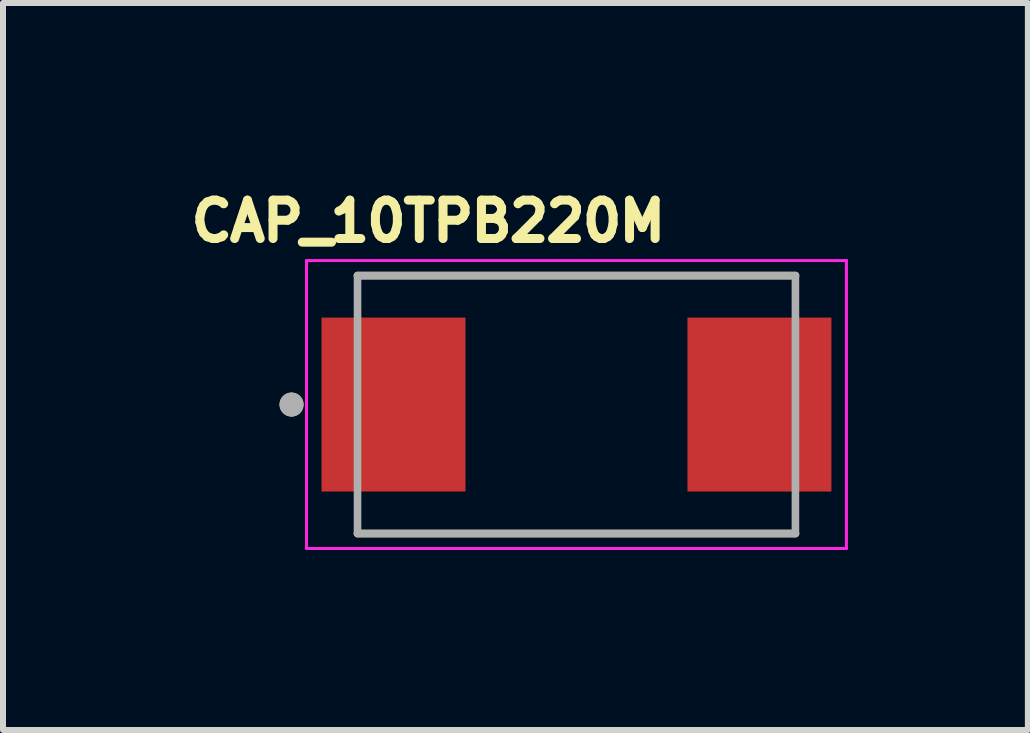
<source format=kicad_pcb>
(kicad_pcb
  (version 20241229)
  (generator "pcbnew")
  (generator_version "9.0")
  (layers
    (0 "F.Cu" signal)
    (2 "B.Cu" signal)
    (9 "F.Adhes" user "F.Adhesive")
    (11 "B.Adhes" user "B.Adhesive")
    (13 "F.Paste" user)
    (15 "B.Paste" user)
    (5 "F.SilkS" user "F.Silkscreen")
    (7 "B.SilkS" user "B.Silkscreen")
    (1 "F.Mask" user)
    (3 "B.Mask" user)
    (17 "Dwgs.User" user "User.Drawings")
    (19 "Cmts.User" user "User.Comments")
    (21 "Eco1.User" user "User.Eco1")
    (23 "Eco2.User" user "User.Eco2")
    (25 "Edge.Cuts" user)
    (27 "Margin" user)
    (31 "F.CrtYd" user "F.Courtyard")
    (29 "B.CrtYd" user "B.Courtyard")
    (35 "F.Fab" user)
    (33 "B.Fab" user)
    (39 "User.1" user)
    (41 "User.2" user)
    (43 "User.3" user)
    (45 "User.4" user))
  (footprint "CAP_10TPB220M"
    (layer "F.Cu")
    (at 6.56 3.694)
    (property "Reference" "CAP_10TPB220M" (at -2.468 -3.056 0) (layer "F.SilkS") (effects (font (size 0.64 0.64) (thickness 0.15))))
    (attr through_hole)
    (fp_line (start -3.65 -2.15) (end 3.65 -2.15) (stroke (width 0.127) (type solid)) (layer "F.SilkS"))
    (fp_line (start -3.65 2.15) (end 3.65 2.15) (stroke (width 0.127) (type solid)) (layer "F.SilkS"))
    (fp_circle (center -4.75 0) (end -4.65 0) (stroke (width 0.2) (type solid)) (fill no) (layer "F.SilkS"))
    (fp_line (start -4.5 -2.4) (end -4.5 2.4) (stroke (width 0.05) (type solid)) (layer "F.CrtYd"))
    (fp_line (start -4.5 2.4) (end 4.5 2.4) (stroke (width 0.05) (type solid)) (layer "F.CrtYd"))
    (fp_line (start 4.5 -2.4) (end -4.5 -2.4) (stroke (width 0.05) (type solid)) (layer "F.CrtYd"))
    (fp_line (start 4.5 2.4) (end 4.5 -2.4) (stroke (width 0.05) (type solid)) (layer "F.CrtYd"))
    (fp_line (start -3.65 -2.15) (end -3.65 2.15) (stroke (width 0.127) (type solid)) (layer "F.Fab"))
    (fp_line (start -3.65 -2.15) (end 3.65 -2.15) (stroke (width 0.127) (type solid)) (layer "F.Fab"))
    (fp_line (start -3.65 2.15) (end 3.65 2.15) (stroke (width 0.127) (type solid)) (layer "F.Fab"))
    (fp_line (start 3.65 -2.15) (end 3.65 2.15) (stroke (width 0.127) (type solid)) (layer "F.Fab"))
    (fp_circle (center -4.75 0) (end -4.65 0) (stroke (width 0.2) (type solid)) (fill no) (layer "F.Fab"))
    (pad "1" smd rect (at -3.05 0) (size 2.4 2.9) (layers "F.Cu" "F.Mask" "F.Paste"))
    (pad "2" smd rect (at 3.05 0) (size 2.4 2.9) (layers "F.Cu" "F.Mask" "F.Paste")))
  (gr_rect
    (start -3 -3)
    (end 14.085 9.119)
    (stroke (width 0.1) (type default))
    (fill no)
    (layer "Edge.Cuts")))
</source>
